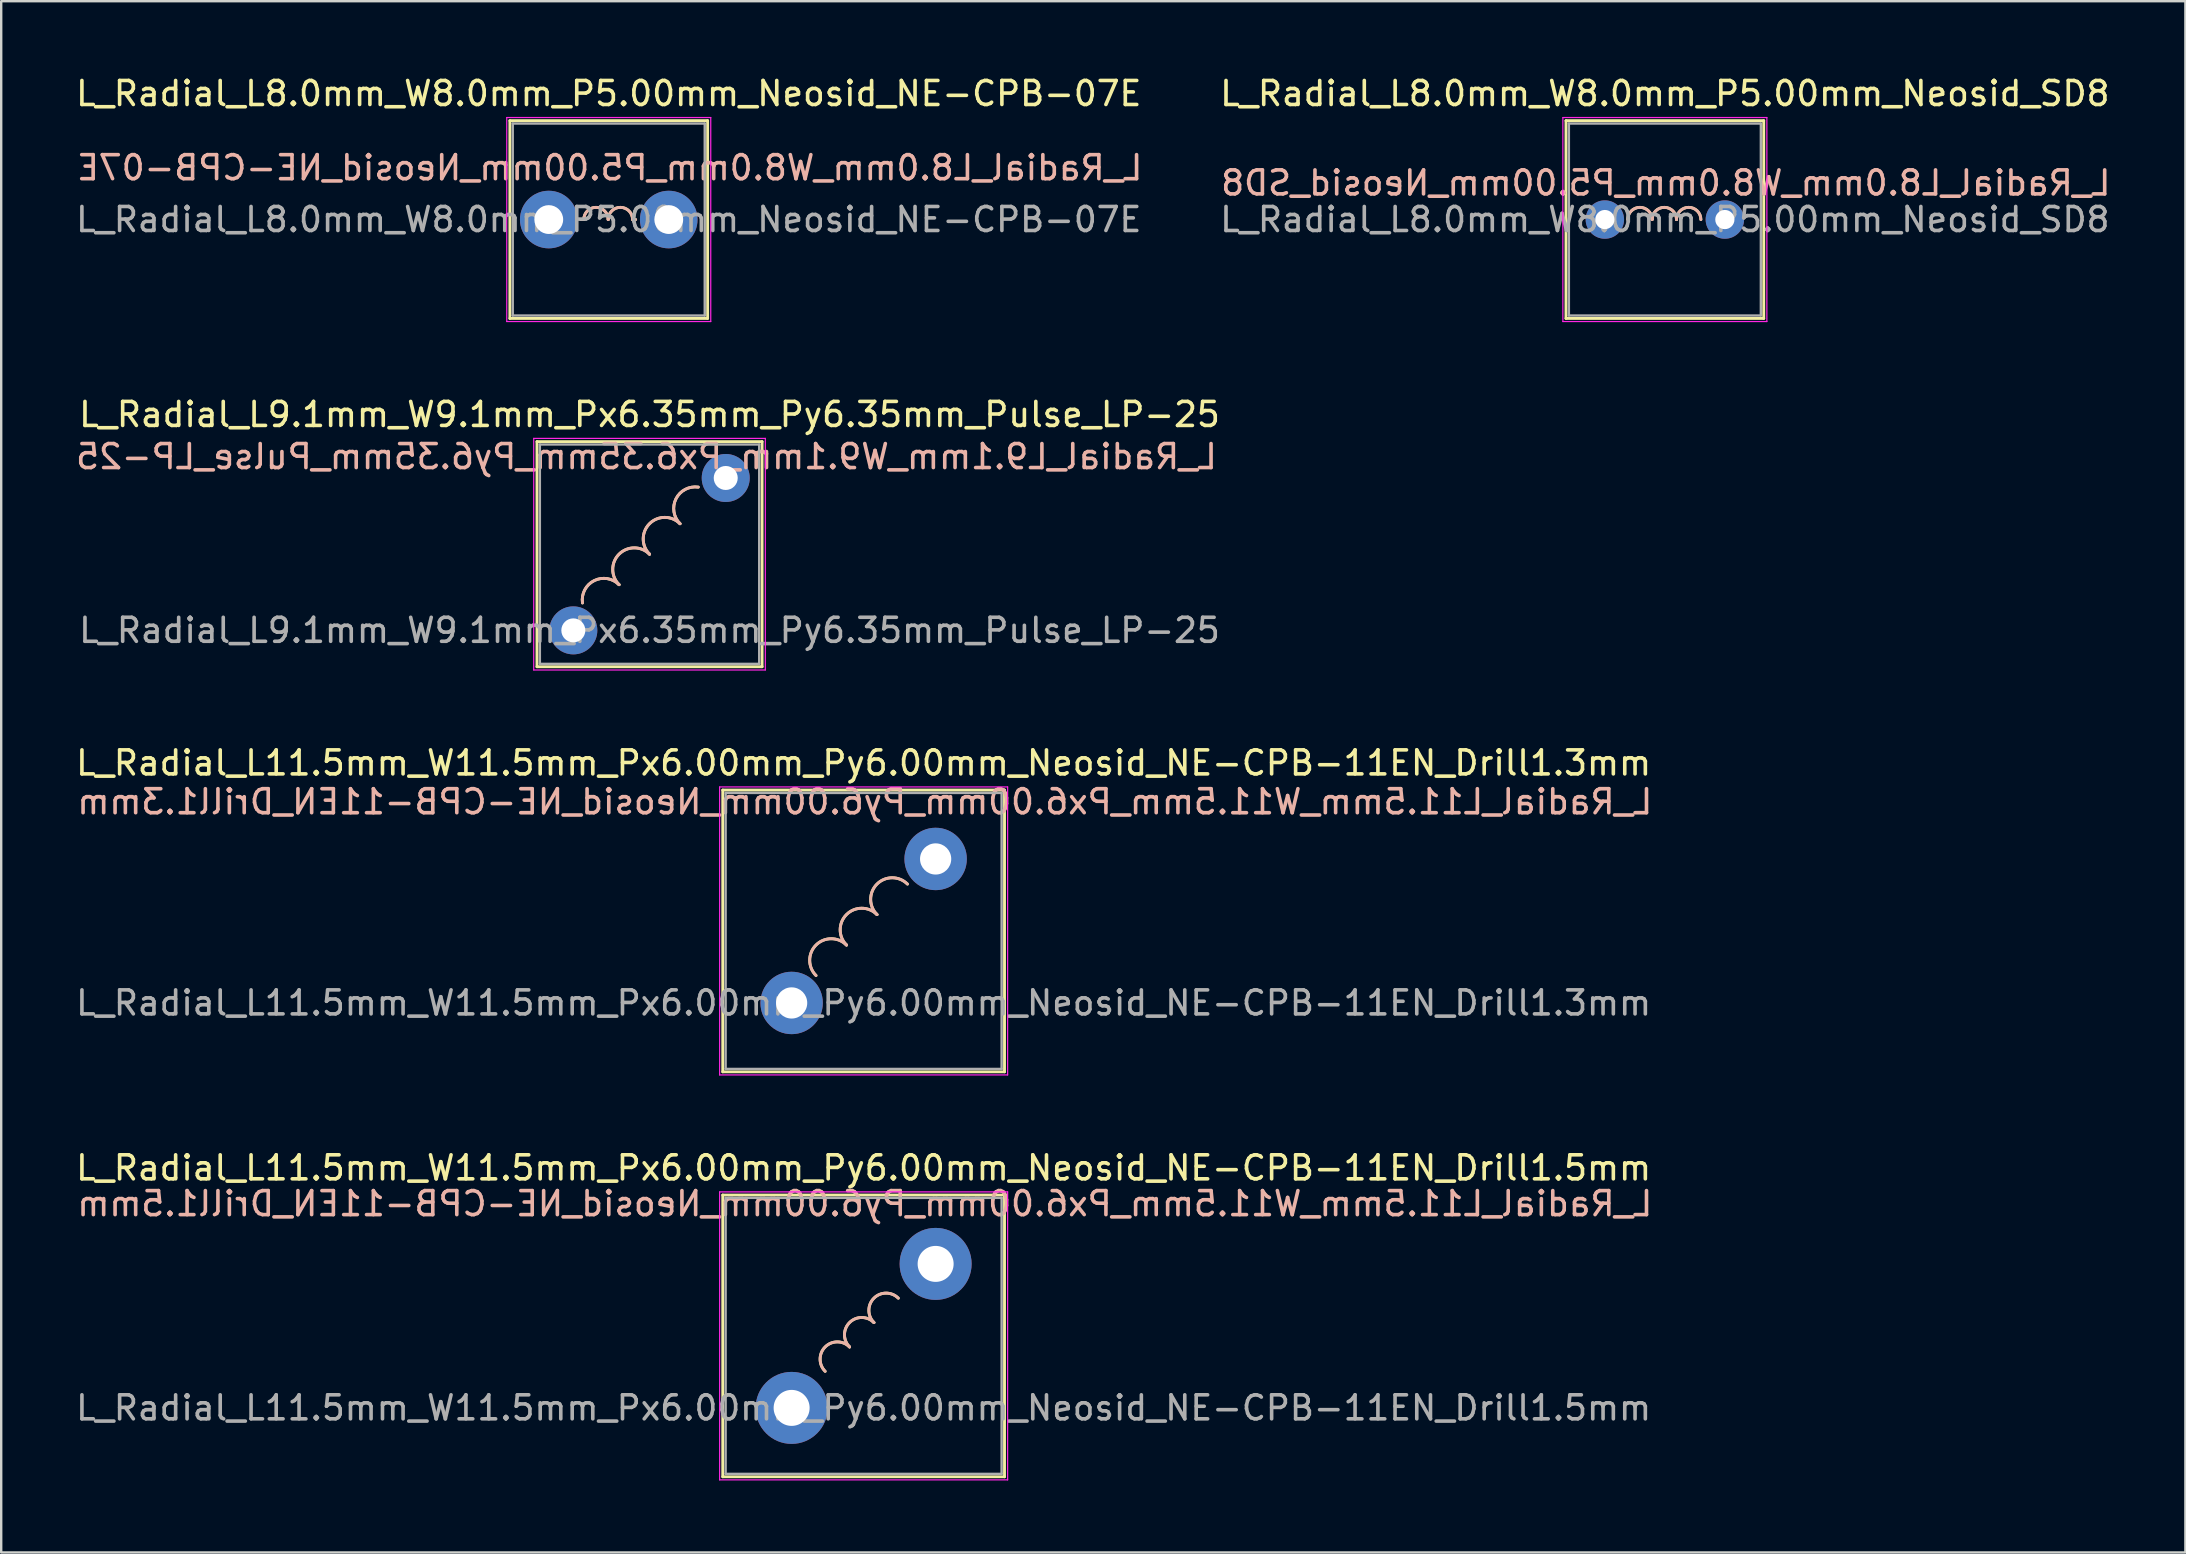
<source format=kicad_pcb>
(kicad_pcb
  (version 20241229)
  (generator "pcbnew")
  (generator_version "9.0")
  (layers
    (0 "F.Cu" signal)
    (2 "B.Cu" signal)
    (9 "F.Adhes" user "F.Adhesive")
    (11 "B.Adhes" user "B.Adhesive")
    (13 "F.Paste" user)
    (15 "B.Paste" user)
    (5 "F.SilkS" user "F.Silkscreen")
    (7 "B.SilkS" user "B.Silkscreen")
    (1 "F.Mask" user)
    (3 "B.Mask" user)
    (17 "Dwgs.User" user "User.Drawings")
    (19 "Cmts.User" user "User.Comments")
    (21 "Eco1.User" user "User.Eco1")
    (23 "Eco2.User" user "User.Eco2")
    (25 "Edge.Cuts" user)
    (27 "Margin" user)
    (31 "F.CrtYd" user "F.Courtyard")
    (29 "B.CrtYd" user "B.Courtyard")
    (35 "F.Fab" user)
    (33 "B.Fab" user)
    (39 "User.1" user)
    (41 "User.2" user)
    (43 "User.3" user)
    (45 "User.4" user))
  (footprint "L_Radial_L11.5mm_W11.5mm_Px6.00mm_Py6.00mm_Neosid_NE-CPB-11EN_Drill1.3mm"
    (layer "F.Cu")
    (at 29.935 38.74)
    (property "Reference" "L_Radial_L11.5mm_W11.5mm_Px6.00mm_Py6.00mm_Neosid_NE-CPB-11EN_Drill1.3mm" (at 3 -10 0) (layer "F.SilkS") (effects (font (size 1 1) (thickness 0.15))))
    (fp_line (start -2.87 -8.87) (end -2.87 2.87) (stroke (width 0.12) (type solid)) (layer "F.SilkS"))
    (fp_line (start -2.87 -8.87) (end 8.87 -8.87) (stroke (width 0.12) (type solid)) (layer "F.SilkS"))
    (fp_line (start -2.87 2.87) (end 8.87 2.87) (stroke (width 0.12) (type solid)) (layer "F.SilkS"))
    (fp_line (start 8.87 -8.87) (end 8.87 2.87) (stroke (width 0.12) (type solid)) (layer "F.SilkS"))
    (fp_arc (start 1.016 -1.143) (mid 1.016 -2.412998) (end 2.285998 -2.412998) (stroke (width 0.12) (type solid)) (layer "F.SilkS"))
    (fp_arc (start 2.286 -2.413) (mid 2.286 -3.682998) (end 3.555998 -3.682998) (stroke (width 0.12) (type solid)) (layer "F.SilkS"))
    (fp_arc (start 3.556 -3.683) (mid 3.556 -4.952998) (end 4.825998 -4.952998) (stroke (width 0.12) (type solid)) (layer "F.SilkS"))
    (fp_arc (start 1.016 -1.143) (mid 1.016 -2.412998) (end 2.285998 -2.412998) (stroke (width 0.12) (type solid)) (layer "B.SilkS"))
    (fp_arc (start 2.286 -2.413) (mid 2.286 -3.682998) (end 3.555998 -3.682998) (stroke (width 0.12) (type solid)) (layer "B.SilkS"))
    (fp_arc (start 3.556 -3.683) (mid 3.556 -4.952998) (end 4.825998 -4.952998) (stroke (width 0.12) (type solid)) (layer "B.SilkS"))
    (fp_line (start -3 -9) (end -3 3) (stroke (width 0.05) (type solid)) (layer "F.CrtYd"))
    (fp_line (start -3 3) (end 9 3) (stroke (width 0.05) (type solid)) (layer "F.CrtYd"))
    (fp_line (start 9 -9) (end -3 -9) (stroke (width 0.05) (type solid)) (layer "F.CrtYd"))
    (fp_line (start 9 3) (end 9 -9) (stroke (width 0.05) (type solid)) (layer "F.CrtYd"))
    (fp_line (start -2.75 -8.75) (end -2.75 2.75) (stroke (width 0.1) (type solid)) (layer "F.Fab"))
    (fp_line (start -2.75 2.75) (end 8.75 2.75) (stroke (width 0.1) (type solid)) (layer "F.Fab"))
    (fp_line (start 8.75 -8.75) (end -2.75 -8.75) (stroke (width 0.1) (type solid)) (layer "F.Fab"))
    (fp_line (start 8.75 2.75) (end 8.75 -8.75) (stroke (width 0.1) (type solid)) (layer "F.Fab"))
    (fp_text user "${REFERENCE}" (at 3.048 -8.382 0) (layer "B.SilkS") (effects (font (size 1 1) (thickness 0.15)) (justify mirror)))
    (fp_text user "${REFERENCE}" (at 3 0 0) (layer "F.Fab") (effects (font (size 1 1) (thickness 0.15))))
    (pad "1" thru_hole circle (at 0 0) (size 2.6 2.6) (drill 1.3) (layers "*.Cu" "*.Mask"))
    (pad "2" thru_hole circle (at 6 -6) (size 2.6 2.6) (drill 1.3) (layers "*.Cu" "*.Mask")))
  (footprint "L_Radial_L11.5mm_W11.5mm_Px6.00mm_Py6.00mm_Neosid_NE-CPB-11EN_Drill1.5mm"
    (layer "F.Cu")
    (at 29.935 55.613)
    (property "Reference" "L_Radial_L11.5mm_W11.5mm_Px6.00mm_Py6.00mm_Neosid_NE-CPB-11EN_Drill1.5mm" (at 3 -10 0) (layer "F.SilkS") (effects (font (size 1 1) (thickness 0.15))))
    (fp_line (start -2.87 -8.87) (end -2.87 2.87) (stroke (width 0.12) (type solid)) (layer "F.SilkS"))
    (fp_line (start -2.87 -8.87) (end 8.87 -8.87) (stroke (width 0.12) (type solid)) (layer "F.SilkS"))
    (fp_line (start -2.87 2.87) (end 8.87 2.87) (stroke (width 0.12) (type solid)) (layer "F.SilkS"))
    (fp_line (start 8.87 -8.87) (end 8.87 2.87) (stroke (width 0.12) (type solid)) (layer "F.SilkS"))
    (fp_arc (start 1.396996 -1.523996) (mid 1.396996 -2.539998) (end 2.412998 -2.539998) (stroke (width 0.12) (type solid)) (layer "F.SilkS"))
    (fp_arc (start 2.412998 -2.539998) (mid 2.412998 -3.556) (end 3.429 -3.556) (stroke (width 0.12) (type solid)) (layer "F.SilkS"))
    (fp_arc (start 3.429 -3.556) (mid 3.429 -4.571998) (end 4.444998 -4.571998) (stroke (width 0.12) (type solid)) (layer "F.SilkS"))
    (fp_arc (start 1.396994 -1.523994) (mid 1.396994 -2.539998) (end 2.412998 -2.539998) (stroke (width 0.12) (type solid)) (layer "B.SilkS"))
    (fp_arc (start 2.412996 -2.539996) (mid 2.412996 -3.556) (end 3.429 -3.556) (stroke (width 0.12) (type solid)) (layer "B.SilkS"))
    (fp_arc (start 3.429 -3.556) (mid 3.429 -4.571998) (end 4.444998 -4.571998) (stroke (width 0.12) (type solid)) (layer "B.SilkS"))
    (fp_line (start -3 -9) (end -3 3) (stroke (width 0.05) (type solid)) (layer "F.CrtYd"))
    (fp_line (start -3 3) (end 9 3) (stroke (width 0.05) (type solid)) (layer "F.CrtYd"))
    (fp_line (start 9 -9) (end -3 -9) (stroke (width 0.05) (type solid)) (layer "F.CrtYd"))
    (fp_line (start 9 3) (end 9 -9) (stroke (width 0.05) (type solid)) (layer "F.CrtYd"))
    (fp_line (start -2.75 -8.75) (end -2.75 2.75) (stroke (width 0.1) (type solid)) (layer "F.Fab"))
    (fp_line (start -2.75 2.75) (end 8.75 2.75) (stroke (width 0.1) (type solid)) (layer "F.Fab"))
    (fp_line (start 8.75 -8.75) (end -2.75 -8.75) (stroke (width 0.1) (type solid)) (layer "F.Fab"))
    (fp_line (start 8.75 2.75) (end 8.75 -8.75) (stroke (width 0.1) (type solid)) (layer "F.Fab"))
    (fp_text user "${REFERENCE}" (at 3.048 -8.509 0) (layer "B.SilkS") (effects (font (size 1 1) (thickness 0.15)) (justify mirror)))
    (fp_text user "${REFERENCE}" (at 3 0 0) (layer "F.Fab") (effects (font (size 1 1) (thickness 0.15))))
    (pad "1" thru_hole circle (at 0 0) (size 3 3) (drill 1.5) (layers "*.Cu" "*.Mask"))
    (pad "2" thru_hole circle (at 6 -6) (size 3 3) (drill 1.5) (layers "*.Cu" "*.Mask")))
  (footprint "L_Radial_L8.0mm_W8.0mm_P5.00mm_Neosid_NE-CPB-07E"
    (layer "F.Cu")
    (at 19.815 6.098)
    (property "Reference" "L_Radial_L8.0mm_W8.0mm_P5.00mm_Neosid_NE-CPB-07E" (at 2.5 -5.25 0) (layer "F.SilkS") (effects (font (size 1 1) (thickness 0.15))))
    (fp_line (start -1.62 -4.12) (end -1.62 4.12) (stroke (width 0.12) (type solid)) (layer "F.SilkS"))
    (fp_line (start -1.62 -4.12) (end 6.62 -4.12) (stroke (width 0.12) (type solid)) (layer "F.SilkS"))
    (fp_line (start -1.62 4.12) (end 6.62 4.12) (stroke (width 0.12) (type solid)) (layer "F.SilkS"))
    (fp_line (start 1.46 0) (end 1.333 0) (stroke (width 0.12) (type solid)) (layer "F.SilkS"))
    (fp_line (start 3.493 0) (end 3.619 0) (stroke (width 0.12) (type solid)) (layer "F.SilkS"))
    (fp_line (start 6.62 -4.12) (end 6.62 4.12) (stroke (width 0.12) (type solid)) (layer "F.SilkS"))
    (fp_arc (start 1.4605 0) (mid 1.9685 -0.508) (end 2.4765 0) (stroke (width 0.12) (type solid)) (layer "F.SilkS"))
    (fp_arc (start 2.4765 0) (mid 2.9845 -0.508) (end 3.4925 0) (stroke (width 0.12) (type solid)) (layer "F.SilkS"))
    (fp_line (start 1.46 0) (end 1.333 0) (stroke (width 0.12) (type solid)) (layer "B.SilkS"))
    (fp_line (start 3.493 0) (end 3.619 0) (stroke (width 0.12) (type solid)) (layer "B.SilkS"))
    (fp_arc (start 1.4605 0) (mid 1.9685 -0.508) (end 2.4765 0) (stroke (width 0.12) (type solid)) (layer "B.SilkS"))
    (fp_arc (start 2.4765 0) (mid 2.9845 -0.508) (end 3.4925 0) (stroke (width 0.12) (type solid)) (layer "B.SilkS"))
    (fp_line (start -1.75 -4.25) (end -1.75 4.25) (stroke (width 0.05) (type solid)) (layer "F.CrtYd"))
    (fp_line (start -1.75 4.25) (end 6.75 4.25) (stroke (width 0.05) (type solid)) (layer "F.CrtYd"))
    (fp_line (start 6.75 -4.25) (end -1.75 -4.25) (stroke (width 0.05) (type solid)) (layer "F.CrtYd"))
    (fp_line (start 6.75 4.25) (end 6.75 -4.25) (stroke (width 0.05) (type solid)) (layer "F.CrtYd"))
    (fp_line (start -1.5 -4) (end -1.5 4) (stroke (width 0.1) (type solid)) (layer "F.Fab"))
    (fp_line (start -1.5 4) (end 6.5 4) (stroke (width 0.1) (type solid)) (layer "F.Fab"))
    (fp_line (start 6.5 -4) (end -1.5 -4) (stroke (width 0.1) (type solid)) (layer "F.Fab"))
    (fp_line (start 6.5 4) (end 6.5 -4) (stroke (width 0.1) (type solid)) (layer "F.Fab"))
    (fp_text user "${REFERENCE}" (at 2.54 -2.159 0) (layer "B.SilkS") (effects (font (size 1 1) (thickness 0.15)) (justify mirror)))
    (fp_text user "${REFERENCE}" (at 2.5 0 0) (layer "F.Fab") (effects (font (size 1 1) (thickness 0.15))))
    (pad "1" thru_hole circle (at 0 0) (size 2.4 2.4) (drill 1.2) (layers "*.Cu" "*.Mask"))
    (pad "2" thru_hole circle (at 5 0) (size 2.4 2.4) (drill 1.2) (layers "*.Cu" "*.Mask")))
  (footprint "L_Radial_L9.1mm_W9.1mm_Px6.35mm_Py6.35mm_Pulse_LP-25"
    (layer "F.Cu")
    (at 20.839 23.216)
    (property "Reference" "L_Radial_L9.1mm_W9.1mm_Px6.35mm_Py6.35mm_Pulse_LP-25" (at 3.175 -8.995 0) (layer "F.SilkS") (effects (font (size 1 1) (thickness 0.15))))
    (fp_line (start -1.515 -7.865) (end -1.515 1.515) (stroke (width 0.12) (type solid)) (layer "F.SilkS"))
    (fp_line (start -1.515 -7.865) (end 7.865 -7.865) (stroke (width 0.12) (type solid)) (layer "F.SilkS"))
    (fp_line (start -1.515 1.515) (end 7.865 1.515) (stroke (width 0.12) (type solid)) (layer "F.SilkS"))
    (fp_line (start 7.865 -7.865) (end 7.865 1.515) (stroke (width 0.12) (type solid)) (layer "F.SilkS"))
    (fp_arc (start 0.381001 -1.143) (mid 0.868391 -2.073218) (end 1.904999 -1.904999) (stroke (width 0.12) (type solid)) (layer "F.SilkS"))
    (fp_arc (start 1.905001 -1.905001) (mid 1.905001 -3.174999) (end 3.174999 -3.174999) (stroke (width 0.12) (type solid)) (layer "F.SilkS"))
    (fp_arc (start 3.175001 -3.175001) (mid 3.175001 -4.444999) (end 4.444999 -4.444999) (stroke (width 0.12) (type solid)) (layer "F.SilkS"))
    (fp_arc (start 4.445001 -4.445001) (mid 4.276783 -5.481609) (end 5.207 -5.968999) (stroke (width 0.12) (type solid)) (layer "F.SilkS"))
    (fp_arc (start 0.380999 -1.143) (mid 0.868466 -2.073066) (end 1.904999 -1.904999) (stroke (width 0.12) (type solid)) (layer "B.SilkS"))
    (fp_arc (start 1.905001 -1.905001) (mid 1.905001 -3.174999) (end 3.174999 -3.174999) (stroke (width 0.12) (type solid)) (layer "B.SilkS"))
    (fp_arc (start 3.175001 -3.175001) (mid 3.175001 -4.444999) (end 4.444999 -4.444999) (stroke (width 0.12) (type solid)) (layer "B.SilkS"))
    (fp_arc (start 4.445001 -4.445001) (mid 4.276935 -5.481531) (end 5.206998 -5.968996) (stroke (width 0.12) (type solid)) (layer "B.SilkS"))
    (fp_line (start -1.65 -8) (end -1.65 1.65) (stroke (width 0.05) (type solid)) (layer "F.CrtYd"))
    (fp_line (start -1.65 1.65) (end 8 1.65) (stroke (width 0.05) (type solid)) (layer "F.CrtYd"))
    (fp_line (start 8 -8) (end -1.65 -8) (stroke (width 0.05) (type solid)) (layer "F.CrtYd"))
    (fp_line (start 8 1.65) (end 8 -8) (stroke (width 0.05) (type solid)) (layer "F.CrtYd"))
    (fp_line (start -1.395 -7.745) (end -1.395 1.395) (stroke (width 0.1) (type solid)) (layer "F.Fab"))
    (fp_line (start -1.395 1.395) (end 7.745 1.395) (stroke (width 0.1) (type solid)) (layer "F.Fab"))
    (fp_line (start 7.745 -7.745) (end -1.395 -7.745) (stroke (width 0.1) (type solid)) (layer "F.Fab"))
    (fp_line (start 7.745 1.395) (end 7.745 -7.745) (stroke (width 0.1) (type solid)) (layer "F.Fab"))
    (fp_text user "${REFERENCE}" (at 3.048 -7.239 0) (layer "B.SilkS") (effects (font (size 1 1) (thickness 0.15)) (justify mirror)))
    (fp_text user "${REFERENCE}" (at 3.175 0 0) (layer "F.Fab") (effects (font (size 1 1) (thickness 0.15))))
    (pad "1" thru_hole circle (at 0 0) (size 2 2) (drill 1) (layers "*.Cu" "*.Mask"))
    (pad "2" thru_hole circle (at 6.35 -6.35) (size 2 2) (drill 1) (layers "*.Cu" "*.Mask")))
  (footprint "L_Radial_L8.0mm_W8.0mm_P5.00mm_Neosid_SD8"
    (layer "F.Cu")
    (at 63.82 6.098)
    (property "Reference" "L_Radial_L8.0mm_W8.0mm_P5.00mm_Neosid_SD8" (at 2.5 -5.25 0) (layer "F.SilkS") (effects (font (size 1 1) (thickness 0.15))))
    (fp_line (start -1.62 -4.12) (end -1.62 4.12) (stroke (width 0.12) (type solid)) (layer "F.SilkS"))
    (fp_line (start -1.62 -4.12) (end 6.62 -4.12) (stroke (width 0.12) (type solid)) (layer "F.SilkS"))
    (fp_line (start -1.62 4.12) (end 6.62 4.12) (stroke (width 0.12) (type solid)) (layer "F.SilkS"))
    (fp_line (start 6.62 -4.12) (end 6.62 4.12) (stroke (width 0.12) (type solid)) (layer "F.SilkS"))
    (fp_arc (start 0.9525 0) (mid 1.4605 -0.508) (end 1.9685 0) (stroke (width 0.12) (type solid)) (layer "F.SilkS"))
    (fp_arc (start 1.9685 0) (mid 2.4765 -0.508) (end 2.9845 0) (stroke (width 0.12) (type solid)) (layer "F.SilkS"))
    (fp_arc (start 2.9845 0) (mid 3.4925 -0.508) (end 4.0005 0) (stroke (width 0.12) (type solid)) (layer "F.SilkS"))
    (fp_arc (start 0.9525 0) (mid 1.4605 -0.508) (end 1.9685 0) (stroke (width 0.12) (type solid)) (layer "B.SilkS"))
    (fp_arc (start 1.9685 0) (mid 2.4765 -0.508) (end 2.9845 0) (stroke (width 0.12) (type solid)) (layer "B.SilkS"))
    (fp_arc (start 2.9845 0) (mid 3.4925 -0.508) (end 4.0005 0) (stroke (width 0.12) (type solid)) (layer "B.SilkS"))
    (fp_line (start -1.75 -4.25) (end -1.75 4.25) (stroke (width 0.05) (type solid)) (layer "F.CrtYd"))
    (fp_line (start -1.75 4.25) (end 6.75 4.25) (stroke (width 0.05) (type solid)) (layer "F.CrtYd"))
    (fp_line (start 6.75 -4.25) (end -1.75 -4.25) (stroke (width 0.05) (type solid)) (layer "F.CrtYd"))
    (fp_line (start 6.75 4.25) (end 6.75 -4.25) (stroke (width 0.05) (type solid)) (layer "F.CrtYd"))
    (fp_line (start -1.5 -4) (end -1.5 4) (stroke (width 0.1) (type solid)) (layer "F.Fab"))
    (fp_line (start -1.5 4) (end 6.5 4) (stroke (width 0.1) (type solid)) (layer "F.Fab"))
    (fp_line (start 6.5 -4) (end -1.5 -4) (stroke (width 0.1) (type solid)) (layer "F.Fab"))
    (fp_line (start 6.5 4) (end 6.5 -4) (stroke (width 0.1) (type solid)) (layer "F.Fab"))
    (fp_text user "${REFERENCE}" (at 2.54 -1.524 0) (layer "B.SilkS") (effects (font (size 1 1) (thickness 0.15)) (justify mirror)))
    (fp_text user "${REFERENCE}" (at 2.5 0 0) (layer "F.Fab") (effects (font (size 1 1) (thickness 0.15))))
    (pad "1" thru_hole circle (at 0 0) (size 1.6 1.6) (drill 0.8) (layers "*.Cu" "*.Mask"))
    (pad "2" thru_hole circle (at 5 0) (size 1.6 1.6) (drill 0.8) (layers "*.Cu" "*.Mask")))
  (gr_rect
    (start -3 -3)
    (end 88.009 61.638)
    (stroke (width 0.1) (type default))
    (fill no)
    (layer "Edge.Cuts")))
</source>
